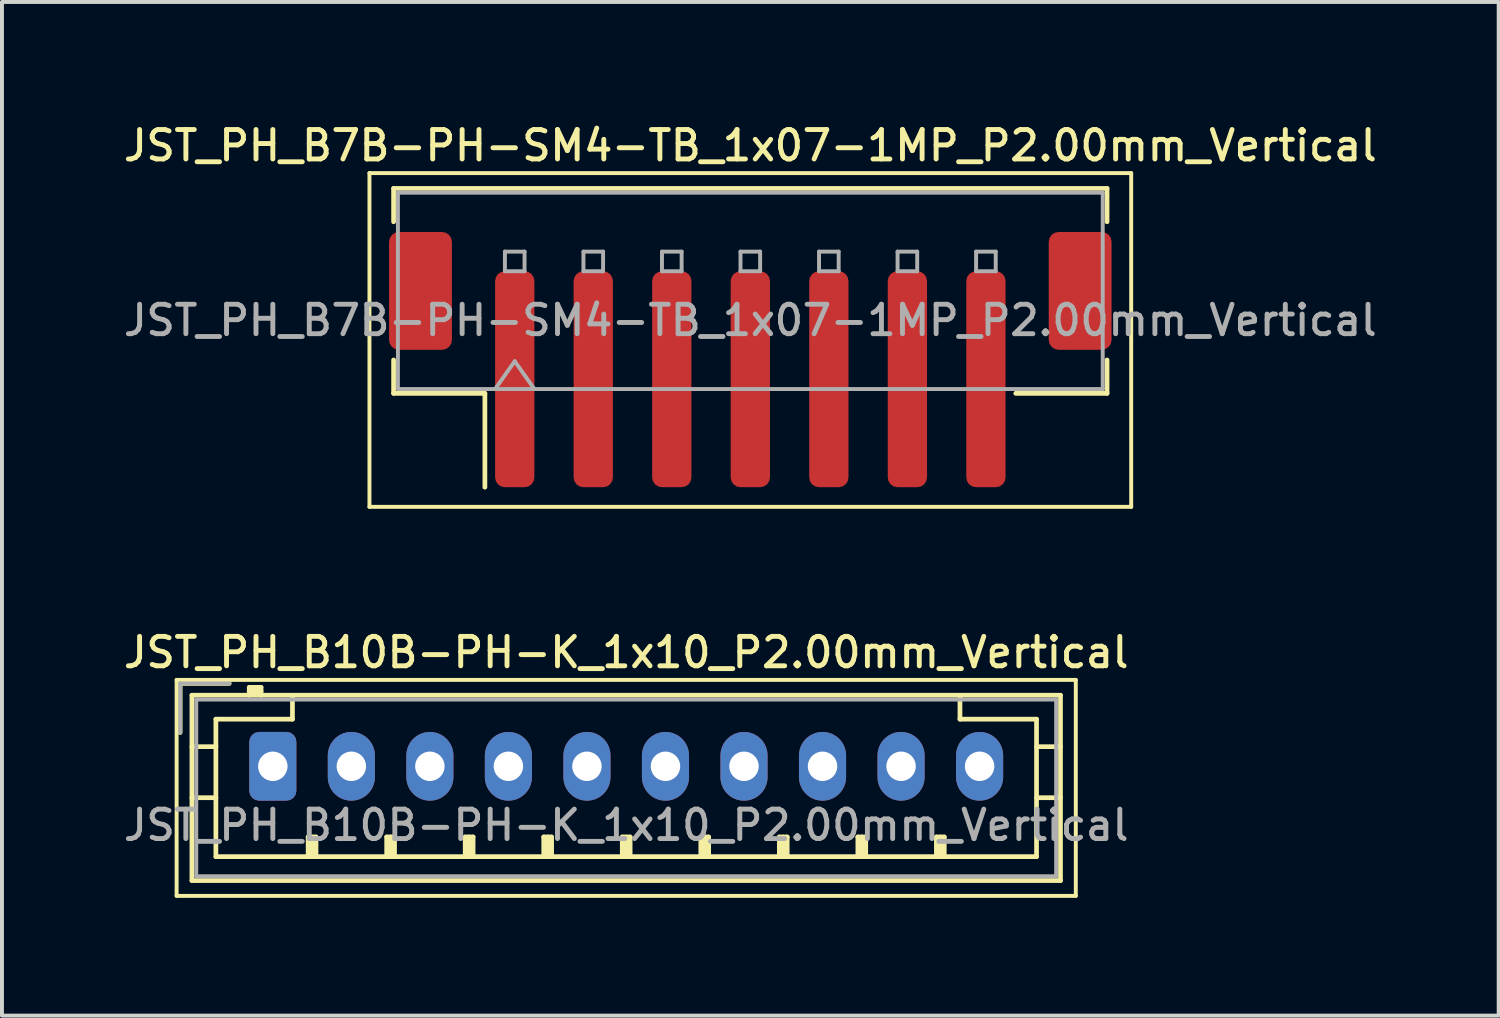
<source format=kicad_pcb>
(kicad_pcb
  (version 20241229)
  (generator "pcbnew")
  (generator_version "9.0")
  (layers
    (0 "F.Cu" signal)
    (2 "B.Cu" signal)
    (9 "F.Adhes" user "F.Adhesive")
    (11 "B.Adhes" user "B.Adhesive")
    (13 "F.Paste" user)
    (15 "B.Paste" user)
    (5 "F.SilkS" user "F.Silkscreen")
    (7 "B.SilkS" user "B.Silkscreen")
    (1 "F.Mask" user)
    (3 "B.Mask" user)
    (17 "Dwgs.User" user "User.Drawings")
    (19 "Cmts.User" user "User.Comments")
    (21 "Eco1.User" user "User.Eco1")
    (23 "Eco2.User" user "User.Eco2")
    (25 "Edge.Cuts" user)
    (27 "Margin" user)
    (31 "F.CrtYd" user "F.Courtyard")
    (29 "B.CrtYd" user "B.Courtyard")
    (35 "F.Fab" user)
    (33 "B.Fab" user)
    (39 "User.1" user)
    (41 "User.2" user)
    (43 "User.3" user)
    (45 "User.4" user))
  (footprint "JST_PH_B7B-PH-SM4-TB_1x07-1MP_P2.00mm_Vertical"
    (layer "F.Cu")
    (at 16.059 6.108)
    (property "Reference" "JST_PH_B7B-PH-SM4-TB_1x07-1MP_P2.00mm_Vertical" (at 0 -5.45 0) (layer "F.SilkS") (effects (font (size 0.75 0.75) (thickness 0.125))))
    (attr smd)
    (fp_line (start -9.7 -4.75) (end -9.7 3.75) (stroke (width 0.1) (type solid)) (layer "F.SilkS"))
    (fp_line (start -9.7 3.75) (end 9.7 3.75) (stroke (width 0.1) (type solid)) (layer "F.SilkS"))
    (fp_line (start -9.085 -4.36) (end 9.085 -4.36) (stroke (width 0.12) (type solid)) (layer "F.SilkS"))
    (fp_line (start -9.085 -3.51) (end -9.085 -4.36) (stroke (width 0.12) (type solid)) (layer "F.SilkS"))
    (fp_line (start -9.085 0.01) (end -9.085 0.86) (stroke (width 0.12) (type solid)) (layer "F.SilkS"))
    (fp_line (start -9.085 0.86) (end -6.76 0.86) (stroke (width 0.12) (type solid)) (layer "F.SilkS"))
    (fp_line (start -6.76 0.86) (end -6.76 3.25) (stroke (width 0.12) (type solid)) (layer "F.SilkS"))
    (fp_line (start 9.085 -4.36) (end 9.085 -3.51) (stroke (width 0.12) (type solid)) (layer "F.SilkS"))
    (fp_line (start 9.085 0.01) (end 9.085 0.86) (stroke (width 0.12) (type solid)) (layer "F.SilkS"))
    (fp_line (start 9.085 0.86) (end 6.76 0.86) (stroke (width 0.12) (type solid)) (layer "F.SilkS"))
    (fp_line (start 9.7 -4.75) (end -9.7 -4.75) (stroke (width 0.1) (type solid)) (layer "F.SilkS"))
    (fp_line (start 9.7 3.75) (end 9.7 -4.75) (stroke (width 0.1) (type solid)) (layer "F.SilkS"))
    (fp_line (start -8.975 -4.25) (end 8.975 -4.25) (stroke (width 0.1) (type solid)) (layer "F.Fab"))
    (fp_line (start -8.975 0.75) (end -8.975 -4.25) (stroke (width 0.1) (type solid)) (layer "F.Fab"))
    (fp_line (start -8.975 0.75) (end 8.975 0.75) (stroke (width 0.1) (type solid)) (layer "F.Fab"))
    (fp_line (start -6.5 0.75) (end -6 0.043) (stroke (width 0.1) (type solid)) (layer "F.Fab"))
    (fp_line (start -6.25 -2.75) (end -6.25 -2.25) (stroke (width 0.1) (type solid)) (layer "F.Fab"))
    (fp_line (start -6.25 -2.25) (end -5.75 -2.25) (stroke (width 0.1) (type solid)) (layer "F.Fab"))
    (fp_line (start -6 0.043) (end -5.5 0.75) (stroke (width 0.1) (type solid)) (layer "F.Fab"))
    (fp_line (start -5.75 -2.75) (end -6.25 -2.75) (stroke (width 0.1) (type solid)) (layer "F.Fab"))
    (fp_line (start -5.75 -2.25) (end -5.75 -2.75) (stroke (width 0.1) (type solid)) (layer "F.Fab"))
    (fp_line (start -4.25 -2.75) (end -4.25 -2.25) (stroke (width 0.1) (type solid)) (layer "F.Fab"))
    (fp_line (start -4.25 -2.25) (end -3.75 -2.25) (stroke (width 0.1) (type solid)) (layer "F.Fab"))
    (fp_line (start -3.75 -2.75) (end -4.25 -2.75) (stroke (width 0.1) (type solid)) (layer "F.Fab"))
    (fp_line (start -3.75 -2.25) (end -3.75 -2.75) (stroke (width 0.1) (type solid)) (layer "F.Fab"))
    (fp_line (start -2.25 -2.75) (end -2.25 -2.25) (stroke (width 0.1) (type solid)) (layer "F.Fab"))
    (fp_line (start -2.25 -2.25) (end -1.75 -2.25) (stroke (width 0.1) (type solid)) (layer "F.Fab"))
    (fp_line (start -1.75 -2.75) (end -2.25 -2.75) (stroke (width 0.1) (type solid)) (layer "F.Fab"))
    (fp_line (start -1.75 -2.25) (end -1.75 -2.75) (stroke (width 0.1) (type solid)) (layer "F.Fab"))
    (fp_line (start -0.25 -2.75) (end -0.25 -2.25) (stroke (width 0.1) (type solid)) (layer "F.Fab"))
    (fp_line (start -0.25 -2.25) (end 0.25 -2.25) (stroke (width 0.1) (type solid)) (layer "F.Fab"))
    (fp_line (start 0.25 -2.75) (end -0.25 -2.75) (stroke (width 0.1) (type solid)) (layer "F.Fab"))
    (fp_line (start 0.25 -2.25) (end 0.25 -2.75) (stroke (width 0.1) (type solid)) (layer "F.Fab"))
    (fp_line (start 1.75 -2.75) (end 1.75 -2.25) (stroke (width 0.1) (type solid)) (layer "F.Fab"))
    (fp_line (start 1.75 -2.25) (end 2.25 -2.25) (stroke (width 0.1) (type solid)) (layer "F.Fab"))
    (fp_line (start 2.25 -2.75) (end 1.75 -2.75) (stroke (width 0.1) (type solid)) (layer "F.Fab"))
    (fp_line (start 2.25 -2.25) (end 2.25 -2.75) (stroke (width 0.1) (type solid)) (layer "F.Fab"))
    (fp_line (start 3.75 -2.75) (end 3.75 -2.25) (stroke (width 0.1) (type solid)) (layer "F.Fab"))
    (fp_line (start 3.75 -2.25) (end 4.25 -2.25) (stroke (width 0.1) (type solid)) (layer "F.Fab"))
    (fp_line (start 4.25 -2.75) (end 3.75 -2.75) (stroke (width 0.1) (type solid)) (layer "F.Fab"))
    (fp_line (start 4.25 -2.25) (end 4.25 -2.75) (stroke (width 0.1) (type solid)) (layer "F.Fab"))
    (fp_line (start 5.75 -2.75) (end 5.75 -2.25) (stroke (width 0.1) (type solid)) (layer "F.Fab"))
    (fp_line (start 5.75 -2.25) (end 6.25 -2.25) (stroke (width 0.1) (type solid)) (layer "F.Fab"))
    (fp_line (start 6.25 -2.75) (end 5.75 -2.75) (stroke (width 0.1) (type solid)) (layer "F.Fab"))
    (fp_line (start 6.25 -2.25) (end 6.25 -2.75) (stroke (width 0.1) (type solid)) (layer "F.Fab"))
    (fp_line (start 8.975 0.75) (end 8.975 -4.25) (stroke (width 0.1) (type solid)) (layer "F.Fab"))
    (fp_text user "${REFERENCE}" (at 0 -1 0) (layer "F.Fab") (effects (font (size 0.75 0.75) (thickness 0.125))))
    (pad "1" smd roundrect (at -6 0.5) (size 1 5.5) (layers "F.Cu" "F.Mask" "F.Paste") (roundrect_rratio 0.25))
    (pad "2" smd roundrect (at -4 0.5) (size 1 5.5) (layers "F.Cu" "F.Mask" "F.Paste") (roundrect_rratio 0.25))
    (pad "3" smd roundrect (at -2 0.5) (size 1 5.5) (layers "F.Cu" "F.Mask" "F.Paste") (roundrect_rratio 0.25))
    (pad "4" smd roundrect (at 0 0.5) (size 1 5.5) (layers "F.Cu" "F.Mask" "F.Paste") (roundrect_rratio 0.25))
    (pad "5" smd roundrect (at 2 0.5) (size 1 5.5) (layers "F.Cu" "F.Mask" "F.Paste") (roundrect_rratio 0.25))
    (pad "6" smd roundrect (at 4 0.5) (size 1 5.5) (layers "F.Cu" "F.Mask" "F.Paste") (roundrect_rratio 0.25))
    (pad "7" smd roundrect (at 6 0.5) (size 1 5.5) (layers "F.Cu" "F.Mask" "F.Paste") (roundrect_rratio 0.25))
    (pad "MP" smd roundrect (at -8.4 -1.75) (size 1.6 3) (layers "F.Cu" "F.Mask" "F.Paste") (roundrect_rratio 0.156))
    (pad "MP" smd roundrect (at 8.4 -1.75) (size 1.6 3) (layers "F.Cu" "F.Mask" "F.Paste") (roundrect_rratio 0.156)))
  (footprint "JST_PH_B10B-PH-K_1x10_P2.00mm_Vertical"
    (layer "F.Cu")
    (at 3.898 16.466)
    (property "Reference" "JST_PH_B10B-PH-K_1x10_P2.00mm_Vertical" (at 9 -2.9 0) (layer "F.SilkS") (effects (font (size 0.75 0.75) (thickness 0.125))))
    (attr through_hole)
    (fp_line (start -2.45 -2.2) (end -2.45 3.3) (stroke (width 0.1) (type solid)) (layer "F.SilkS"))
    (fp_line (start -2.45 3.3) (end 20.45 3.3) (stroke (width 0.1) (type solid)) (layer "F.SilkS"))
    (fp_line (start -2.36 -2.11) (end -2.36 -0.86) (stroke (width 0.12) (type solid)) (layer "F.SilkS"))
    (fp_line (start -2.06 -1.81) (end -2.06 2.91) (stroke (width 0.12) (type solid)) (layer "F.SilkS"))
    (fp_line (start -2.06 -0.5) (end -1.45 -0.5) (stroke (width 0.12) (type solid)) (layer "F.SilkS"))
    (fp_line (start -2.06 0.8) (end -1.45 0.8) (stroke (width 0.12) (type solid)) (layer "F.SilkS"))
    (fp_line (start -2.06 2.91) (end 20.06 2.91) (stroke (width 0.12) (type solid)) (layer "F.SilkS"))
    (fp_line (start -1.45 -1.2) (end -1.45 2.3) (stroke (width 0.12) (type solid)) (layer "F.SilkS"))
    (fp_line (start -1.45 2.3) (end 19.45 2.3) (stroke (width 0.12) (type solid)) (layer "F.SilkS"))
    (fp_line (start -1.11 -2.11) (end -2.36 -2.11) (stroke (width 0.12) (type solid)) (layer "F.SilkS"))
    (fp_line (start -0.6 -2.01) (end -0.6 -1.81) (stroke (width 0.12) (type solid)) (layer "F.SilkS"))
    (fp_line (start -0.3 -2.01) (end -0.6 -2.01) (stroke (width 0.12) (type solid)) (layer "F.SilkS"))
    (fp_line (start -0.3 -1.91) (end -0.6 -1.91) (stroke (width 0.12) (type solid)) (layer "F.SilkS"))
    (fp_line (start -0.3 -1.81) (end -0.3 -2.01) (stroke (width 0.12) (type solid)) (layer "F.SilkS"))
    (fp_line (start 0.5 -1.81) (end 0.5 -1.2) (stroke (width 0.12) (type solid)) (layer "F.SilkS"))
    (fp_line (start 0.5 -1.2) (end -1.45 -1.2) (stroke (width 0.12) (type solid)) (layer "F.SilkS"))
    (fp_line (start 0.9 1.8) (end 1.1 1.8) (stroke (width 0.12) (type solid)) (layer "F.SilkS"))
    (fp_line (start 0.9 2.3) (end 0.9 1.8) (stroke (width 0.12) (type solid)) (layer "F.SilkS"))
    (fp_line (start 1 2.3) (end 1 1.8) (stroke (width 0.12) (type solid)) (layer "F.SilkS"))
    (fp_line (start 1.1 1.8) (end 1.1 2.3) (stroke (width 0.12) (type solid)) (layer "F.SilkS"))
    (fp_line (start 2.9 1.8) (end 3.1 1.8) (stroke (width 0.12) (type solid)) (layer "F.SilkS"))
    (fp_line (start 2.9 2.3) (end 2.9 1.8) (stroke (width 0.12) (type solid)) (layer "F.SilkS"))
    (fp_line (start 3 2.3) (end 3 1.8) (stroke (width 0.12) (type solid)) (layer "F.SilkS"))
    (fp_line (start 3.1 1.8) (end 3.1 2.3) (stroke (width 0.12) (type solid)) (layer "F.SilkS"))
    (fp_line (start 4.9 1.8) (end 5.1 1.8) (stroke (width 0.12) (type solid)) (layer "F.SilkS"))
    (fp_line (start 4.9 2.3) (end 4.9 1.8) (stroke (width 0.12) (type solid)) (layer "F.SilkS"))
    (fp_line (start 5 2.3) (end 5 1.8) (stroke (width 0.12) (type solid)) (layer "F.SilkS"))
    (fp_line (start 5.1 1.8) (end 5.1 2.3) (stroke (width 0.12) (type solid)) (layer "F.SilkS"))
    (fp_line (start 6.9 1.8) (end 7.1 1.8) (stroke (width 0.12) (type solid)) (layer "F.SilkS"))
    (fp_line (start 6.9 2.3) (end 6.9 1.8) (stroke (width 0.12) (type solid)) (layer "F.SilkS"))
    (fp_line (start 7 2.3) (end 7 1.8) (stroke (width 0.12) (type solid)) (layer "F.SilkS"))
    (fp_line (start 7.1 1.8) (end 7.1 2.3) (stroke (width 0.12) (type solid)) (layer "F.SilkS"))
    (fp_line (start 8.9 1.8) (end 9.1 1.8) (stroke (width 0.12) (type solid)) (layer "F.SilkS"))
    (fp_line (start 8.9 2.3) (end 8.9 1.8) (stroke (width 0.12) (type solid)) (layer "F.SilkS"))
    (fp_line (start 9 2.3) (end 9 1.8) (stroke (width 0.12) (type solid)) (layer "F.SilkS"))
    (fp_line (start 9.1 1.8) (end 9.1 2.3) (stroke (width 0.12) (type solid)) (layer "F.SilkS"))
    (fp_line (start 10.9 1.8) (end 11.1 1.8) (stroke (width 0.12) (type solid)) (layer "F.SilkS"))
    (fp_line (start 10.9 2.3) (end 10.9 1.8) (stroke (width 0.12) (type solid)) (layer "F.SilkS"))
    (fp_line (start 11 2.3) (end 11 1.8) (stroke (width 0.12) (type solid)) (layer "F.SilkS"))
    (fp_line (start 11.1 1.8) (end 11.1 2.3) (stroke (width 0.12) (type solid)) (layer "F.SilkS"))
    (fp_line (start 12.9 1.8) (end 13.1 1.8) (stroke (width 0.12) (type solid)) (layer "F.SilkS"))
    (fp_line (start 12.9 2.3) (end 12.9 1.8) (stroke (width 0.12) (type solid)) (layer "F.SilkS"))
    (fp_line (start 13 2.3) (end 13 1.8) (stroke (width 0.12) (type solid)) (layer "F.SilkS"))
    (fp_line (start 13.1 1.8) (end 13.1 2.3) (stroke (width 0.12) (type solid)) (layer "F.SilkS"))
    (fp_line (start 14.9 1.8) (end 15.1 1.8) (stroke (width 0.12) (type solid)) (layer "F.SilkS"))
    (fp_line (start 14.9 2.3) (end 14.9 1.8) (stroke (width 0.12) (type solid)) (layer "F.SilkS"))
    (fp_line (start 15 2.3) (end 15 1.8) (stroke (width 0.12) (type solid)) (layer "F.SilkS"))
    (fp_line (start 15.1 1.8) (end 15.1 2.3) (stroke (width 0.12) (type solid)) (layer "F.SilkS"))
    (fp_line (start 16.9 1.8) (end 17.1 1.8) (stroke (width 0.12) (type solid)) (layer "F.SilkS"))
    (fp_line (start 16.9 2.3) (end 16.9 1.8) (stroke (width 0.12) (type solid)) (layer "F.SilkS"))
    (fp_line (start 17 2.3) (end 17 1.8) (stroke (width 0.12) (type solid)) (layer "F.SilkS"))
    (fp_line (start 17.1 1.8) (end 17.1 2.3) (stroke (width 0.12) (type solid)) (layer "F.SilkS"))
    (fp_line (start 17.5 -1.2) (end 17.5 -1.81) (stroke (width 0.12) (type solid)) (layer "F.SilkS"))
    (fp_line (start 19.45 -1.2) (end 17.5 -1.2) (stroke (width 0.12) (type solid)) (layer "F.SilkS"))
    (fp_line (start 19.45 2.3) (end 19.45 -1.2) (stroke (width 0.12) (type solid)) (layer "F.SilkS"))
    (fp_line (start 20.06 -1.81) (end -2.06 -1.81) (stroke (width 0.12) (type solid)) (layer "F.SilkS"))
    (fp_line (start 20.06 -0.5) (end 19.45 -0.5) (stroke (width 0.12) (type solid)) (layer "F.SilkS"))
    (fp_line (start 20.06 0.8) (end 19.45 0.8) (stroke (width 0.12) (type solid)) (layer "F.SilkS"))
    (fp_line (start 20.06 2.91) (end 20.06 -1.81) (stroke (width 0.12) (type solid)) (layer "F.SilkS"))
    (fp_line (start 20.45 -2.2) (end -2.45 -2.2) (stroke (width 0.1) (type solid)) (layer "F.SilkS"))
    (fp_line (start 20.45 3.3) (end 20.45 -2.2) (stroke (width 0.1) (type solid)) (layer "F.SilkS"))
    (fp_line (start -2.36 -2.11) (end -2.36 -0.86) (stroke (width 0.1) (type solid)) (layer "F.Fab"))
    (fp_line (start -1.95 -1.7) (end -1.95 2.8) (stroke (width 0.1) (type solid)) (layer "F.Fab"))
    (fp_line (start -1.95 2.8) (end 19.95 2.8) (stroke (width 0.1) (type solid)) (layer "F.Fab"))
    (fp_line (start -1.11 -2.11) (end -2.36 -2.11) (stroke (width 0.1) (type solid)) (layer "F.Fab"))
    (fp_line (start 19.95 -1.7) (end -1.95 -1.7) (stroke (width 0.1) (type solid)) (layer "F.Fab"))
    (fp_line (start 19.95 2.8) (end 19.95 -1.7) (stroke (width 0.1) (type solid)) (layer "F.Fab"))
    (fp_text user "${REFERENCE}" (at 9 1.5 0) (layer "F.Fab") (effects (font (size 0.75 0.75) (thickness 0.125))))
    (pad "1" thru_hole roundrect (at 0 0) (size 1.2 1.75) (drill 0.75) (layers "*.Cu" "*.Mask") (roundrect_rratio 0.208))
    (pad "2" thru_hole oval (at 2 0) (size 1.2 1.75) (drill 0.75) (layers "*.Cu" "*.Mask"))
    (pad "3" thru_hole oval (at 4 0) (size 1.2 1.75) (drill 0.75) (layers "*.Cu" "*.Mask"))
    (pad "4" thru_hole oval (at 6 0) (size 1.2 1.75) (drill 0.75) (layers "*.Cu" "*.Mask"))
    (pad "5" thru_hole oval (at 8 0) (size 1.2 1.75) (drill 0.75) (layers "*.Cu" "*.Mask"))
    (pad "6" thru_hole oval (at 10 0) (size 1.2 1.75) (drill 0.75) (layers "*.Cu" "*.Mask"))
    (pad "7" thru_hole oval (at 12 0) (size 1.2 1.75) (drill 0.75) (layers "*.Cu" "*.Mask"))
    (pad "8" thru_hole oval (at 14 0) (size 1.2 1.75) (drill 0.75) (layers "*.Cu" "*.Mask"))
    (pad "9" thru_hole oval (at 16 0) (size 1.2 1.75) (drill 0.75) (layers "*.Cu" "*.Mask"))
    (pad "10" thru_hole oval (at 18 0) (size 1.2 1.75) (drill 0.75) (layers "*.Cu" "*.Mask")))
  (gr_rect
    (start -3 -3)
    (end 35.118 22.816)
    (stroke (width 0.1) (type default))
    (fill no)
    (layer "Edge.Cuts")))
</source>
